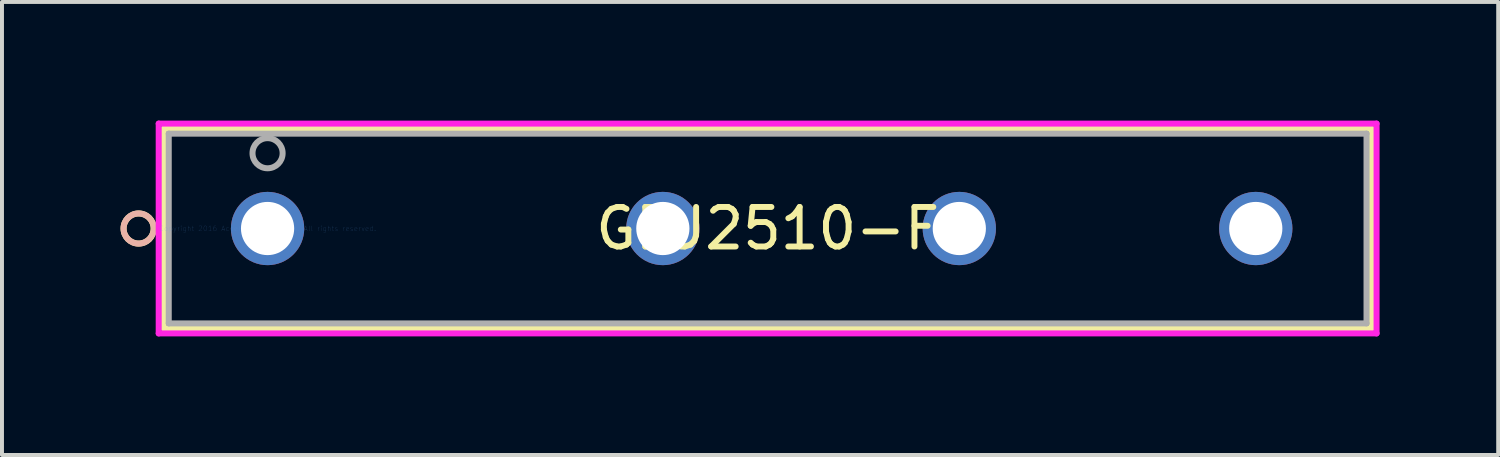
<source format=kicad_pcb>
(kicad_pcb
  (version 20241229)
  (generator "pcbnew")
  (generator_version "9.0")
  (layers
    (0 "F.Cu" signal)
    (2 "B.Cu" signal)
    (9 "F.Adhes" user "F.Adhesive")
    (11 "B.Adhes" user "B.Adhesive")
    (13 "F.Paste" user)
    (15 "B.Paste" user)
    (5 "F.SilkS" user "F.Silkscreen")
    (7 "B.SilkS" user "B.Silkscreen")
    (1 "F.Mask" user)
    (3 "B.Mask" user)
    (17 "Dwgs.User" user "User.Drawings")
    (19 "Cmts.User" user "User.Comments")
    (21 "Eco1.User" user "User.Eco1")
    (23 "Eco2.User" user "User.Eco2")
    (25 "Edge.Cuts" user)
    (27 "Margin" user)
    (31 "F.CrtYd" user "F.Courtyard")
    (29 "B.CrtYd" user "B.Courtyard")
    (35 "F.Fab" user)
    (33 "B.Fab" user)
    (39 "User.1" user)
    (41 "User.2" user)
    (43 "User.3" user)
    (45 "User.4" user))
  (footprint "GBJ2510-F"
    (layer "F.Cu")
    (at 3.719 2.731)
    (property "Reference" "GBJ2510-F" (at 12.651 0 0) (layer "F.SilkS") (effects (font (size 1 1) (thickness 0.15))))
    (attr through_hole)
    (fp_line (start -2.627 -2.527) (end -2.627 2.527) (stroke (width 0.152) (type solid)) (layer "F.SilkS"))
    (fp_line (start -2.627 2.527) (end 27.929 2.527) (stroke (width 0.152) (type solid)) (layer "F.SilkS"))
    (fp_line (start 27.929 -2.527) (end -2.627 -2.527) (stroke (width 0.152) (type solid)) (layer "F.SilkS"))
    (fp_line (start 27.929 2.527) (end 27.929 -2.527) (stroke (width 0.152) (type solid)) (layer "F.SilkS"))
    (fp_circle (center -3.262 0) (end -2.881 0) (stroke (width 0.152) (type solid)) (fill no) (layer "F.SilkS"))
    (fp_circle (center -3.262 0) (end -2.881 0) (stroke (width 0.152) (type solid)) (fill no) (layer "B.SilkS"))
    (fp_line (start -2.754 -2.654) (end -2.754 2.654) (stroke (width 0.152) (type solid)) (layer "F.CrtYd"))
    (fp_line (start -2.754 2.654) (end 28.056 2.654) (stroke (width 0.152) (type solid)) (layer "F.CrtYd"))
    (fp_line (start 28.056 -2.654) (end -2.754 -2.654) (stroke (width 0.152) (type solid)) (layer "F.CrtYd"))
    (fp_line (start 28.056 2.654) (end 28.056 -2.654) (stroke (width 0.152) (type solid)) (layer "F.CrtYd"))
    (fp_line (start -2.5 -2.4) (end -2.5 2.4) (stroke (width 0.152) (type solid)) (layer "F.Fab"))
    (fp_line (start -2.5 2.4) (end 27.802 2.4) (stroke (width 0.152) (type solid)) (layer "F.Fab"))
    (fp_line (start 27.802 -2.4) (end -2.5 -2.4) (stroke (width 0.152) (type solid)) (layer "F.Fab"))
    (fp_line (start 27.802 2.4) (end 27.802 -2.4) (stroke (width 0.152) (type solid)) (layer "F.Fab"))
    (fp_circle (center 0 -1.905) (end 0.381 -1.905) (stroke (width 0.152) (type solid)) (fill no) (layer "F.Fab"))
    (fp_text user "*" (at 0 0 0) (layer "F.SilkS") (effects (font (size 1 1) (thickness 0.15))))
    (fp_text user "Copyright 2016 Accelerated Designs. All rights reserved." (at 0 0 0) (layer "Cmts.User") (effects (font (size 0.127 0.127) (thickness 0.002))))
    (fp_text user "*" (at 0 0 0) (layer "F.Fab") (effects (font (size 1 1) (thickness 0.15))))
    (pad "1" thru_hole circle (at 0 0) (size 1.854 1.854) (drill 1.346) (layers "*.Cu" "*.Mask"))
    (pad "2" thru_hole circle (at 10 0) (size 1.854 1.854) (drill 1.346) (layers "*.Cu" "*.Mask"))
    (pad "3" thru_hole circle (at 17.5 0) (size 1.854 1.854) (drill 1.346) (layers "*.Cu" "*.Mask"))
    (pad "4" thru_hole circle (at 25 0) (size 1.854 1.854) (drill 1.346) (layers "*.Cu" "*.Mask")))
  (gr_rect
    (start -3 -3)
    (end 34.852 8.461)
    (stroke (width 0.1) (type default))
    (fill no)
    (layer "Edge.Cuts")))
</source>
